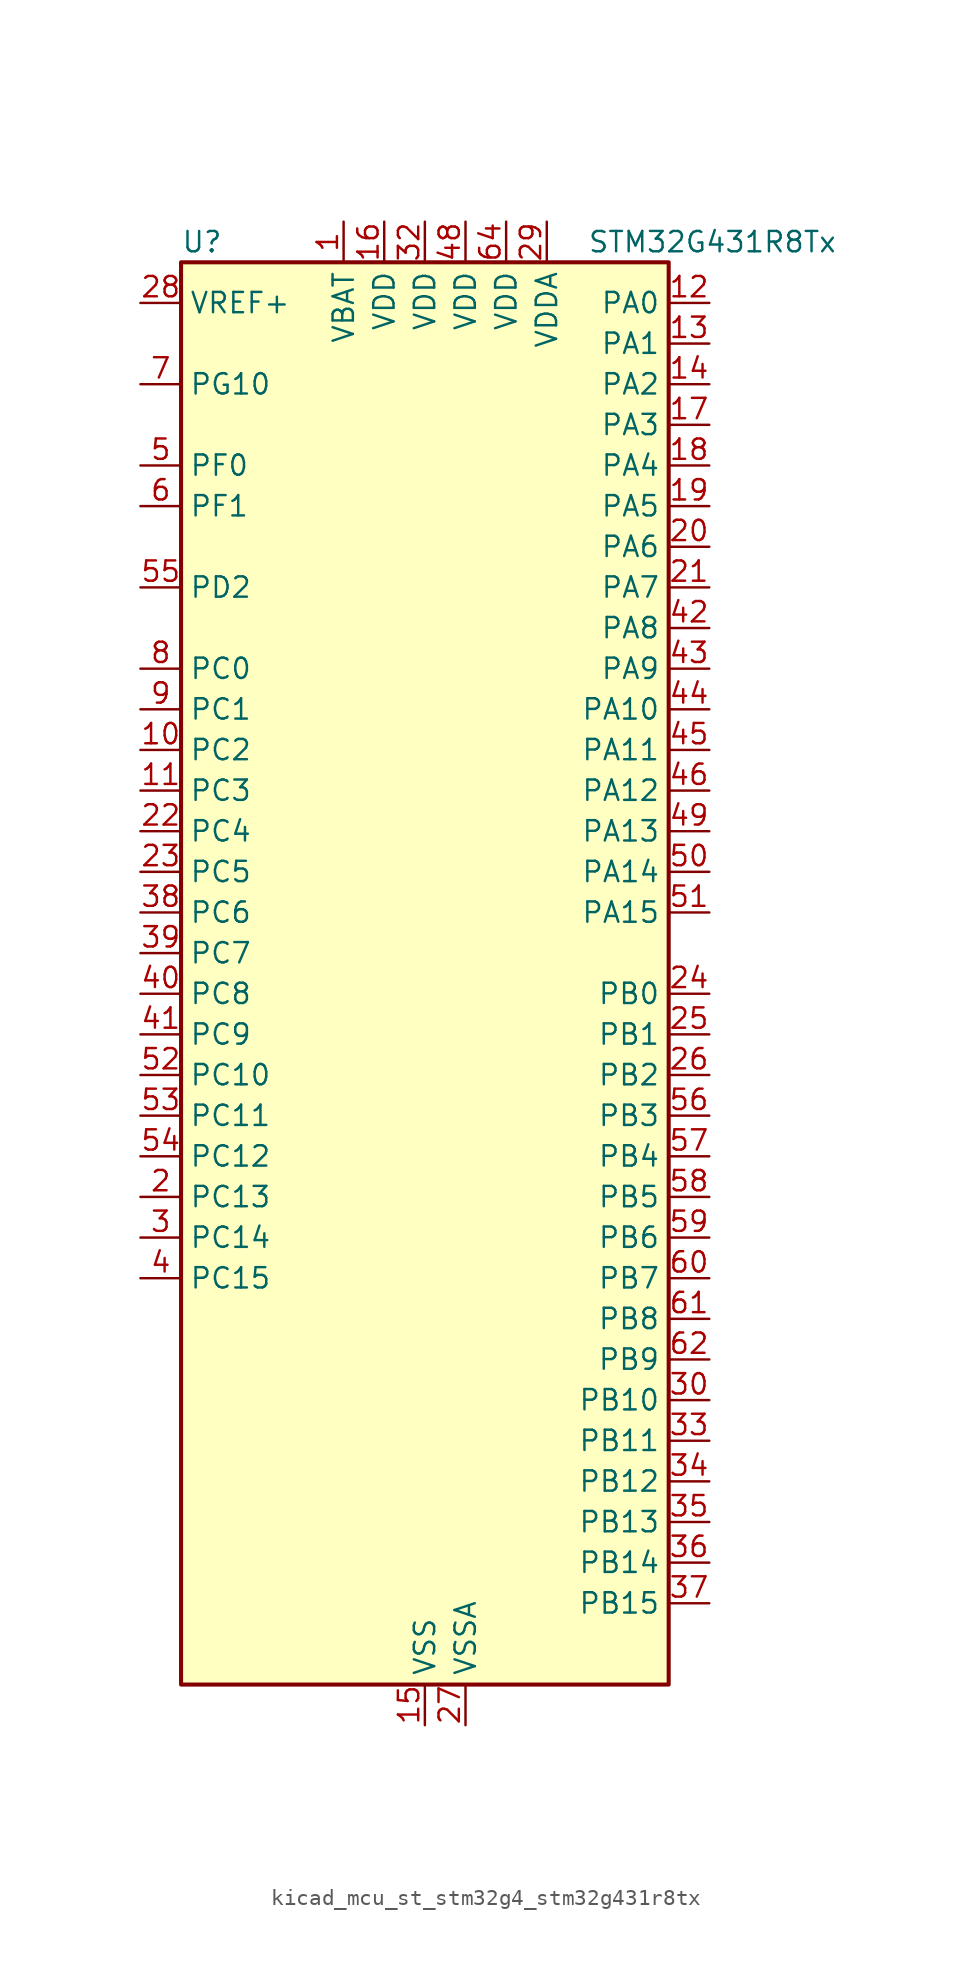
<source format=kicad_sym>
(kicad_symbol_lib
  (version 20220914)
  (generator kicad_symbol_editor)
  (symbol "kicad_mcu_st_stm32g4_stm32g431r8tx"
    (property "Reference" "U"
      (at -15.24 46.99 0)
      (effects (font (size 1.27 1.27)) (justify left)))
    (property "Value" "STM32G431R8Tx"
      (at 10.16 46.99 0)
      (effects (font (size 1.27 1.27)) (justify left)))
    (property "ki_locked" ""
      (at 0 0 0)
      (effects (font (size 1.27 1.27))))
    (symbol "kicad_mcu_st_stm32g4_stm32g431r8tx_0_1"
      (rectangle (start -15.24 -43.18) (end 15.24 45.72) (stroke (width 0.254) (type default)) (fill (type background))))
    (symbol "kicad_mcu_st_stm32g4_stm32g431r8tx_1_1"
      (pin power_in line (at -5.08 48.26 270) (length 2.54) (name "VBAT" (effects (font (size 1.27 1.27)))) (number "1" (effects (font (size 1.27 1.27)))))
      (pin bidirectional line (at -17.78 15.24 0) (length 2.54) (name "PC2" (effects (font (size 1.27 1.27)))) (number "10" (effects (font (size 1.27 1.27)))) (alternate "ADC1_IN8" bidirectional line) (alternate "ADC2_IN8" bidirectional line) (alternate "COMP3_OUT" bidirectional line) (alternate "LPTIM1_IN2" bidirectional line) (alternate "TIM1_CH3" bidirectional line))
      (pin bidirectional line (at -17.78 12.7 0) (length 2.54) (name "PC3" (effects (font (size 1.27 1.27)))) (number "11" (effects (font (size 1.27 1.27)))) (alternate "ADC1_IN9" bidirectional line) (alternate "ADC2_IN9" bidirectional line) (alternate "LPTIM1_ETR" bidirectional line) (alternate "SAI1_D1" bidirectional line) (alternate "SAI1_SD_A" bidirectional line) (alternate "TIM1_BKIN2" bidirectional line) (alternate "TIM1_CH4" bidirectional line))
      (pin bidirectional line (at 17.78 43.18 180) (length 2.54) (name "PA0" (effects (font (size 1.27 1.27)))) (number "12" (effects (font (size 1.27 1.27)))) (alternate "ADC1_IN1" bidirectional line) (alternate "ADC2_IN1" bidirectional line) (alternate "COMP1_INM" bidirectional line) (alternate "COMP1_OUT" bidirectional line) (alternate "COMP3_INP" bidirectional line) (alternate "RTC_TAMP2" bidirectional line) (alternate "SYS_WKUP1" bidirectional line) (alternate "TIM2_CH1" bidirectional line) (alternate "TIM2_ETR" bidirectional line) (alternate "TIM8_BKIN" bidirectional line) (alternate "TIM8_ETR" bidirectional line) (alternate "USART2_CTS" bidirectional line) (alternate "USART2_NSS" bidirectional line))
      (pin bidirectional line (at 17.78 40.64 180) (length 2.54) (name "PA1" (effects (font (size 1.27 1.27)))) (number "13" (effects (font (size 1.27 1.27)))) (alternate "ADC1_IN2" bidirectional line) (alternate "ADC2_IN2" bidirectional line) (alternate "COMP1_INP" bidirectional line) (alternate "OPAMP1_VINP" bidirectional line) (alternate "OPAMP1_VINP_SEC" bidirectional line) (alternate "OPAMP3_VINP" bidirectional line) (alternate "OPAMP3_VINP_SEC" bidirectional line) (alternate "RTC_REFIN" bidirectional line) (alternate "TIM15_CH1N" bidirectional line) (alternate "TIM2_CH2" bidirectional line) (alternate "USART2_DE" bidirectional line) (alternate "USART2_RTS" bidirectional line))
      (pin bidirectional line (at 17.78 38.1 180) (length 2.54) (name "PA2" (effects (font (size 1.27 1.27)))) (number "14" (effects (font (size 1.27 1.27)))) (alternate "ADC1_IN3" bidirectional line) (alternate "COMP2_INM" bidirectional line) (alternate "COMP2_OUT" bidirectional line) (alternate "LPUART1_TX" bidirectional line) (alternate "OPAMP1_VOUT" bidirectional line) (alternate "RCC_LSCO" bidirectional line) (alternate "SYS_WKUP4" bidirectional line) (alternate "TIM15_CH1" bidirectional line) (alternate "TIM2_CH3" bidirectional line) (alternate "UCPD1_FRSTX1" bidirectional line) (alternate "UCPD1_FRSTX2" bidirectional line) (alternate "USART2_TX" bidirectional line))
      (pin power_in line (at 0 -45.72 90) (length 2.54) (name "VSS" (effects (font (size 1.27 1.27)))) (number "15" (effects (font (size 1.27 1.27)))))
      (pin power_in line (at -2.54 48.26 270) (length 2.54) (name "VDD" (effects (font (size 1.27 1.27)))) (number "16" (effects (font (size 1.27 1.27)))))
      (pin bidirectional line (at 17.78 35.56 180) (length 2.54) (name "PA3" (effects (font (size 1.27 1.27)))) (number "17" (effects (font (size 1.27 1.27)))) (alternate "ADC1_IN4" bidirectional line) (alternate "COMP2_INP" bidirectional line) (alternate "LPUART1_RX" bidirectional line) (alternate "OPAMP1_VINM" bidirectional line) (alternate "OPAMP1_VINM0" bidirectional line) (alternate "OPAMP1_VINM_SEC" bidirectional line) (alternate "OPAMP1_VINP" bidirectional line) (alternate "OPAMP1_VINP_SEC" bidirectional line) (alternate "SAI1_CK1" bidirectional line) (alternate "SAI1_MCLK_A" bidirectional line) (alternate "TIM15_CH2" bidirectional line) (alternate "TIM2_CH4" bidirectional line) (alternate "USART2_RX" bidirectional line))
      (pin bidirectional line (at 17.78 33.02 180) (length 2.54) (name "PA4" (effects (font (size 1.27 1.27)))) (number "18" (effects (font (size 1.27 1.27)))) (alternate "ADC2_IN17" bidirectional line) (alternate "COMP1_INM" bidirectional line) (alternate "DAC1_OUT1" bidirectional line) (alternate "I2S3_WS" bidirectional line) (alternate "SAI1_FS_B" bidirectional line) (alternate "SPI1_NSS" bidirectional line) (alternate "SPI3_NSS" bidirectional line) (alternate "TIM3_CH2" bidirectional line) (alternate "USART2_CK" bidirectional line))
      (pin bidirectional line (at 17.78 30.48 180) (length 2.54) (name "PA5" (effects (font (size 1.27 1.27)))) (number "19" (effects (font (size 1.27 1.27)))) (alternate "ADC2_IN13" bidirectional line) (alternate "COMP2_INM" bidirectional line) (alternate "DAC1_OUT2" bidirectional line) (alternate "OPAMP2_VINM" bidirectional line) (alternate "OPAMP2_VINM0" bidirectional line) (alternate "OPAMP2_VINM_SEC" bidirectional line) (alternate "SPI1_SCK" bidirectional line) (alternate "TIM2_CH1" bidirectional line) (alternate "TIM2_ETR" bidirectional line) (alternate "UCPD1_FRSTX1" bidirectional line) (alternate "UCPD1_FRSTX2" bidirectional line))
      (pin bidirectional line (at -17.78 -12.7 0) (length 2.54) (name "PC13" (effects (font (size 1.27 1.27)))) (number "2" (effects (font (size 1.27 1.27)))) (alternate "RTC_OUT1" bidirectional line) (alternate "RTC_TAMP1" bidirectional line) (alternate "RTC_TS" bidirectional line) (alternate "SYS_WKUP2" bidirectional line) (alternate "TIM1_BKIN" bidirectional line) (alternate "TIM1_CH1N" bidirectional line) (alternate "TIM8_CH4N" bidirectional line))
      (pin bidirectional line (at 17.78 27.94 180) (length 2.54) (name "PA6" (effects (font (size 1.27 1.27)))) (number "20" (effects (font (size 1.27 1.27)))) (alternate "ADC2_IN3" bidirectional line) (alternate "COMP1_OUT" bidirectional line) (alternate "LPUART1_CTS" bidirectional line) (alternate "OPAMP2_VOUT" bidirectional line) (alternate "SPI1_MISO" bidirectional line) (alternate "TIM16_CH1" bidirectional line) (alternate "TIM1_BKIN" bidirectional line) (alternate "TIM3_CH1" bidirectional line) (alternate "TIM8_BKIN" bidirectional line))
      (pin bidirectional line (at 17.78 25.4 180) (length 2.54) (name "PA7" (effects (font (size 1.27 1.27)))) (number "21" (effects (font (size 1.27 1.27)))) (alternate "ADC2_IN4" bidirectional line) (alternate "COMP2_INP" bidirectional line) (alternate "COMP2_OUT" bidirectional line) (alternate "OPAMP1_VINP" bidirectional line) (alternate "OPAMP1_VINP_SEC" bidirectional line) (alternate "OPAMP2_VINP" bidirectional line) (alternate "OPAMP2_VINP_SEC" bidirectional line) (alternate "SPI1_MOSI" bidirectional line) (alternate "TIM17_CH1" bidirectional line) (alternate "TIM1_CH1N" bidirectional line) (alternate "TIM3_CH2" bidirectional line) (alternate "TIM8_CH1N" bidirectional line) (alternate "UCPD1_FRSTX1" bidirectional line) (alternate "UCPD1_FRSTX2" bidirectional line))
      (pin bidirectional line (at -17.78 10.16 0) (length 2.54) (name "PC4" (effects (font (size 1.27 1.27)))) (number "22" (effects (font (size 1.27 1.27)))) (alternate "ADC2_IN5" bidirectional line) (alternate "I2C2_SCL" bidirectional line) (alternate "TIM1_ETR" bidirectional line) (alternate "USART1_TX" bidirectional line))
      (pin bidirectional line (at -17.78 7.62 0) (length 2.54) (name "PC5" (effects (font (size 1.27 1.27)))) (number "23" (effects (font (size 1.27 1.27)))) (alternate "ADC2_IN11" bidirectional line) (alternate "OPAMP1_VINM" bidirectional line) (alternate "OPAMP1_VINM1" bidirectional line) (alternate "OPAMP1_VINM_SEC" bidirectional line) (alternate "OPAMP2_VINM" bidirectional line) (alternate "OPAMP2_VINM1" bidirectional line) (alternate "OPAMP2_VINM_SEC" bidirectional line) (alternate "SAI1_D3" bidirectional line) (alternate "SYS_WKUP5" bidirectional line) (alternate "TIM15_BKIN" bidirectional line) (alternate "TIM1_CH4N" bidirectional line) (alternate "USART1_RX" bidirectional line))
      (pin bidirectional line (at 17.78 0 180) (length 2.54) (name "PB0" (effects (font (size 1.27 1.27)))) (number "24" (effects (font (size 1.27 1.27)))) (alternate "ADC1_IN15" bidirectional line) (alternate "COMP4_INP" bidirectional line) (alternate "OPAMP2_VINP" bidirectional line) (alternate "OPAMP2_VINP_SEC" bidirectional line) (alternate "OPAMP3_VINP" bidirectional line) (alternate "OPAMP3_VINP_SEC" bidirectional line) (alternate "TIM1_CH2N" bidirectional line) (alternate "TIM3_CH3" bidirectional line) (alternate "TIM8_CH2N" bidirectional line) (alternate "UCPD1_FRSTX1" bidirectional line) (alternate "UCPD1_FRSTX2" bidirectional line))
      (pin bidirectional line (at 17.78 -2.54 180) (length 2.54) (name "PB1" (effects (font (size 1.27 1.27)))) (number "25" (effects (font (size 1.27 1.27)))) (alternate "ADC1_IN12" bidirectional line) (alternate "COMP1_INP" bidirectional line) (alternate "COMP4_OUT" bidirectional line) (alternate "LPUART1_DE" bidirectional line) (alternate "LPUART1_RTS" bidirectional line) (alternate "OPAMP3_VOUT" bidirectional line) (alternate "TIM1_CH3N" bidirectional line) (alternate "TIM3_CH4" bidirectional line) (alternate "TIM8_CH3N" bidirectional line))
      (pin bidirectional line (at 17.78 -5.08 180) (length 2.54) (name "PB2" (effects (font (size 1.27 1.27)))) (number "26" (effects (font (size 1.27 1.27)))) (alternate "ADC2_IN12" bidirectional line) (alternate "COMP4_INM" bidirectional line) (alternate "I2C3_SMBA" bidirectional line) (alternate "LPTIM1_OUT" bidirectional line) (alternate "OPAMP3_VINM" bidirectional line) (alternate "OPAMP3_VINM0" bidirectional line) (alternate "OPAMP3_VINM_SEC" bidirectional line) (alternate "RTC_OUT2" bidirectional line))
      (pin power_in line (at 2.54 -45.72 90) (length 2.54) (name "VSSA" (effects (font (size 1.27 1.27)))) (number "27" (effects (font (size 1.27 1.27)))))
      (pin input line (at -17.78 43.18 0) (length 2.54) (name "VREF+" (effects (font (size 1.27 1.27)))) (number "28" (effects (font (size 1.27 1.27)))) (alternate "VREFBUF_OUT" bidirectional line))
      (pin power_in line (at 7.62 48.26 270) (length 2.54) (name "VDDA" (effects (font (size 1.27 1.27)))) (number "29" (effects (font (size 1.27 1.27)))))
      (pin bidirectional line (at -17.78 -15.24 0) (length 2.54) (name "PC14" (effects (font (size 1.27 1.27)))) (number "3" (effects (font (size 1.27 1.27)))) (alternate "RCC_OSC32_IN" bidirectional line))
      (pin bidirectional line (at 17.78 -25.4 180) (length 2.54) (name "PB10" (effects (font (size 1.27 1.27)))) (number "30" (effects (font (size 1.27 1.27)))) (alternate "DAC1_EXTI10" bidirectional line) (alternate "DAC3_EXTI10" bidirectional line) (alternate "LPUART1_RX" bidirectional line) (alternate "OPAMP3_VINM" bidirectional line) (alternate "OPAMP3_VINM1" bidirectional line) (alternate "OPAMP3_VINM_SEC" bidirectional line) (alternate "SAI1_SCK_A" bidirectional line) (alternate "TIM1_BKIN" bidirectional line) (alternate "TIM2_CH3" bidirectional line) (alternate "USART3_TX" bidirectional line))
      (pin passive line (at 0 -45.72 90) (length 2.54) hide (name "VSS" (effects (font (size 1.27 1.27)))) (number "31" (effects (font (size 1.27 1.27)))))
      (pin power_in line (at 0 48.26 270) (length 2.54) (name "VDD" (effects (font (size 1.27 1.27)))) (number "32" (effects (font (size 1.27 1.27)))))
      (pin bidirectional line (at 17.78 -27.94 180) (length 2.54) (name "PB11" (effects (font (size 1.27 1.27)))) (number "33" (effects (font (size 1.27 1.27)))) (alternate "ADC1_EXTI11" bidirectional line) (alternate "ADC1_IN14" bidirectional line) (alternate "ADC2_EXTI11" bidirectional line) (alternate "ADC2_IN14" bidirectional line) (alternate "LPUART1_TX" bidirectional line) (alternate "TIM2_CH4" bidirectional line) (alternate "USART3_RX" bidirectional line))
      (pin bidirectional line (at 17.78 -30.48 180) (length 2.54) (name "PB12" (effects (font (size 1.27 1.27)))) (number "34" (effects (font (size 1.27 1.27)))) (alternate "ADC1_IN11" bidirectional line) (alternate "I2C2_SMBA" bidirectional line) (alternate "I2S2_WS" bidirectional line) (alternate "LPUART1_DE" bidirectional line) (alternate "LPUART1_RTS" bidirectional line) (alternate "SPI2_NSS" bidirectional line) (alternate "TIM1_BKIN" bidirectional line) (alternate "USART3_CK" bidirectional line))
      (pin bidirectional line (at 17.78 -33.02 180) (length 2.54) (name "PB13" (effects (font (size 1.27 1.27)))) (number "35" (effects (font (size 1.27 1.27)))) (alternate "I2S2_CK" bidirectional line) (alternate "LPUART1_CTS" bidirectional line) (alternate "OPAMP3_VINP" bidirectional line) (alternate "OPAMP3_VINP_SEC" bidirectional line) (alternate "SPI2_SCK" bidirectional line) (alternate "TIM1_CH1N" bidirectional line) (alternate "USART3_CTS" bidirectional line) (alternate "USART3_NSS" bidirectional line))
      (pin bidirectional line (at 17.78 -35.56 180) (length 2.54) (name "PB14" (effects (font (size 1.27 1.27)))) (number "36" (effects (font (size 1.27 1.27)))) (alternate "ADC1_IN5" bidirectional line) (alternate "COMP4_OUT" bidirectional line) (alternate "OPAMP2_VINP" bidirectional line) (alternate "OPAMP2_VINP_SEC" bidirectional line) (alternate "SPI2_MISO" bidirectional line) (alternate "TIM15_CH1" bidirectional line) (alternate "TIM1_CH2N" bidirectional line) (alternate "USART3_DE" bidirectional line) (alternate "USART3_RTS" bidirectional line))
      (pin bidirectional line (at 17.78 -38.1 180) (length 2.54) (name "PB15" (effects (font (size 1.27 1.27)))) (number "37" (effects (font (size 1.27 1.27)))) (alternate "ADC1_EXTI15" bidirectional line) (alternate "ADC2_EXTI15" bidirectional line) (alternate "ADC2_IN15" bidirectional line) (alternate "COMP3_OUT" bidirectional line) (alternate "I2S2_SD" bidirectional line) (alternate "RTC_REFIN" bidirectional line) (alternate "SPI2_MOSI" bidirectional line) (alternate "TIM15_CH1N" bidirectional line) (alternate "TIM15_CH2" bidirectional line) (alternate "TIM1_CH3N" bidirectional line))
      (pin bidirectional line (at -17.78 5.08 0) (length 2.54) (name "PC6" (effects (font (size 1.27 1.27)))) (number "38" (effects (font (size 1.27 1.27)))) (alternate "I2S2_MCK" bidirectional line) (alternate "TIM3_CH1" bidirectional line) (alternate "TIM8_CH1" bidirectional line))
      (pin bidirectional line (at -17.78 2.54 0) (length 2.54) (name "PC7" (effects (font (size 1.27 1.27)))) (number "39" (effects (font (size 1.27 1.27)))) (alternate "I2S3_MCK" bidirectional line) (alternate "TIM3_CH2" bidirectional line) (alternate "TIM8_CH2" bidirectional line))
      (pin bidirectional line (at -17.78 -17.78 0) (length 2.54) (name "PC15" (effects (font (size 1.27 1.27)))) (number "4" (effects (font (size 1.27 1.27)))) (alternate "ADC1_EXTI15" bidirectional line) (alternate "ADC2_EXTI15" bidirectional line) (alternate "RCC_OSC32_OUT" bidirectional line))
      (pin bidirectional line (at -17.78 0 0) (length 2.54) (name "PC8" (effects (font (size 1.27 1.27)))) (number "40" (effects (font (size 1.27 1.27)))) (alternate "I2C3_SCL" bidirectional line) (alternate "TIM3_CH3" bidirectional line) (alternate "TIM8_CH3" bidirectional line))
      (pin bidirectional line (at -17.78 -2.54 0) (length 2.54) (name "PC9" (effects (font (size 1.27 1.27)))) (number "41" (effects (font (size 1.27 1.27)))) (alternate "DAC1_EXTI9" bidirectional line) (alternate "DAC3_EXTI9" bidirectional line) (alternate "I2C3_SDA" bidirectional line) (alternate "I2S_CKIN" bidirectional line) (alternate "TIM3_CH4" bidirectional line) (alternate "TIM8_BKIN2" bidirectional line) (alternate "TIM8_CH4" bidirectional line))
      (pin bidirectional line (at 17.78 22.86 180) (length 2.54) (name "PA8" (effects (font (size 1.27 1.27)))) (number "42" (effects (font (size 1.27 1.27)))) (alternate "I2C2_SDA" bidirectional line) (alternate "I2C3_SCL" bidirectional line) (alternate "I2S2_MCK" bidirectional line) (alternate "RCC_MCO" bidirectional line) (alternate "SAI1_CK2" bidirectional line) (alternate "SAI1_SCK_A" bidirectional line) (alternate "TIM1_CH1" bidirectional line) (alternate "TIM4_ETR" bidirectional line) (alternate "USART1_CK" bidirectional line))
      (pin bidirectional line (at 17.78 20.32 180) (length 2.54) (name "PA9" (effects (font (size 1.27 1.27)))) (number "43" (effects (font (size 1.27 1.27)))) (alternate "DAC1_EXTI9" bidirectional line) (alternate "DAC3_EXTI9" bidirectional line) (alternate "I2C2_SCL" bidirectional line) (alternate "I2C3_SMBA" bidirectional line) (alternate "I2S3_MCK" bidirectional line) (alternate "SAI1_FS_A" bidirectional line) (alternate "TIM15_BKIN" bidirectional line) (alternate "TIM1_CH2" bidirectional line) (alternate "TIM2_CH3" bidirectional line) (alternate "UCPD1_DBCC1" bidirectional line) (alternate "USART1_TX" bidirectional line))
      (pin bidirectional line (at 17.78 17.78 180) (length 2.54) (name "PA10" (effects (font (size 1.27 1.27)))) (number "44" (effects (font (size 1.27 1.27)))) (alternate "CRS_SYNC" bidirectional line) (alternate "DAC1_EXTI10" bidirectional line) (alternate "DAC3_EXTI10" bidirectional line) (alternate "I2C2_SMBA" bidirectional line) (alternate "SAI1_D1" bidirectional line) (alternate "SAI1_SD_A" bidirectional line) (alternate "SPI2_MISO" bidirectional line) (alternate "TIM17_BKIN" bidirectional line) (alternate "TIM1_CH3" bidirectional line) (alternate "TIM2_CH4" bidirectional line) (alternate "TIM8_BKIN" bidirectional line) (alternate "UCPD1_DBCC2" bidirectional line) (alternate "USART1_RX" bidirectional line))
      (pin bidirectional line (at 17.78 15.24 180) (length 2.54) (name "PA11" (effects (font (size 1.27 1.27)))) (number "45" (effects (font (size 1.27 1.27)))) (alternate "ADC1_EXTI11" bidirectional line) (alternate "ADC2_EXTI11" bidirectional line) (alternate "COMP1_OUT" bidirectional line) (alternate "FDCAN1_RX" bidirectional line) (alternate "I2S2_SD" bidirectional line) (alternate "SPI2_MOSI" bidirectional line) (alternate "TIM1_BKIN2" bidirectional line) (alternate "TIM1_CH1N" bidirectional line) (alternate "TIM1_CH4" bidirectional line) (alternate "TIM4_CH1" bidirectional line) (alternate "USART1_CTS" bidirectional line) (alternate "USART1_NSS" bidirectional line) (alternate "USB_DM" bidirectional line))
      (pin bidirectional line (at 17.78 12.7 180) (length 2.54) (name "PA12" (effects (font (size 1.27 1.27)))) (number "46" (effects (font (size 1.27 1.27)))) (alternate "COMP2_OUT" bidirectional line) (alternate "FDCAN1_TX" bidirectional line) (alternate "I2S_CKIN" bidirectional line) (alternate "TIM16_CH1" bidirectional line) (alternate "TIM1_CH2N" bidirectional line) (alternate "TIM1_ETR" bidirectional line) (alternate "TIM4_CH2" bidirectional line) (alternate "USART1_DE" bidirectional line) (alternate "USART1_RTS" bidirectional line) (alternate "USB_DP" bidirectional line))
      (pin passive line (at 0 -45.72 90) (length 2.54) hide (name "VSS" (effects (font (size 1.27 1.27)))) (number "47" (effects (font (size 1.27 1.27)))))
      (pin power_in line (at 2.54 48.26 270) (length 2.54) (name "VDD" (effects (font (size 1.27 1.27)))) (number "48" (effects (font (size 1.27 1.27)))))
      (pin bidirectional line (at 17.78 10.16 180) (length 2.54) (name "PA13" (effects (font (size 1.27 1.27)))) (number "49" (effects (font (size 1.27 1.27)))) (alternate "I2C1_SCL" bidirectional line) (alternate "IR_OUT" bidirectional line) (alternate "SAI1_SD_B" bidirectional line) (alternate "SYS_JTMS-SWDIO" bidirectional line) (alternate "TIM16_CH1N" bidirectional line) (alternate "TIM4_CH3" bidirectional line) (alternate "USART3_CTS" bidirectional line) (alternate "USART3_NSS" bidirectional line))
      (pin bidirectional line (at -17.78 33.02 0) (length 2.54) (name "PF0" (effects (font (size 1.27 1.27)))) (number "5" (effects (font (size 1.27 1.27)))) (alternate "ADC1_IN10" bidirectional line) (alternate "I2C2_SDA" bidirectional line) (alternate "I2S2_WS" bidirectional line) (alternate "RCC_OSC_IN" bidirectional line) (alternate "SPI2_NSS" bidirectional line) (alternate "TIM1_CH3N" bidirectional line))
      (pin bidirectional line (at 17.78 7.62 180) (length 2.54) (name "PA14" (effects (font (size 1.27 1.27)))) (number "50" (effects (font (size 1.27 1.27)))) (alternate "I2C1_SDA" bidirectional line) (alternate "LPTIM1_OUT" bidirectional line) (alternate "SAI1_FS_B" bidirectional line) (alternate "SYS_JTCK-SWCLK" bidirectional line) (alternate "TIM1_BKIN" bidirectional line) (alternate "TIM8_CH2" bidirectional line) (alternate "USART2_TX" bidirectional line))
      (pin bidirectional line (at 17.78 5.08 180) (length 2.54) (name "PA15" (effects (font (size 1.27 1.27)))) (number "51" (effects (font (size 1.27 1.27)))) (alternate "ADC1_EXTI15" bidirectional line) (alternate "ADC2_EXTI15" bidirectional line) (alternate "I2C1_SCL" bidirectional line) (alternate "I2S3_WS" bidirectional line) (alternate "SPI1_NSS" bidirectional line) (alternate "SPI3_NSS" bidirectional line) (alternate "SYS_JTDI" bidirectional line) (alternate "TIM1_BKIN" bidirectional line) (alternate "TIM2_CH1" bidirectional line) (alternate "TIM2_ETR" bidirectional line) (alternate "TIM8_CH1" bidirectional line) (alternate "UART4_DE" bidirectional line) (alternate "UART4_RTS" bidirectional line) (alternate "USART2_RX" bidirectional line))
      (pin bidirectional line (at -17.78 -5.08 0) (length 2.54) (name "PC10" (effects (font (size 1.27 1.27)))) (number "52" (effects (font (size 1.27 1.27)))) (alternate "DAC1_EXTI10" bidirectional line) (alternate "DAC3_EXTI10" bidirectional line) (alternate "I2S3_CK" bidirectional line) (alternate "SPI3_SCK" bidirectional line) (alternate "TIM8_CH1N" bidirectional line) (alternate "UART4_TX" bidirectional line) (alternate "USART3_TX" bidirectional line))
      (pin bidirectional line (at -17.78 -7.62 0) (length 2.54) (name "PC11" (effects (font (size 1.27 1.27)))) (number "53" (effects (font (size 1.27 1.27)))) (alternate "ADC1_EXTI11" bidirectional line) (alternate "ADC2_EXTI11" bidirectional line) (alternate "I2C3_SDA" bidirectional line) (alternate "SPI3_MISO" bidirectional line) (alternate "TIM8_CH2N" bidirectional line) (alternate "UART4_RX" bidirectional line) (alternate "USART3_RX" bidirectional line))
      (pin bidirectional line (at -17.78 -10.16 0) (length 2.54) (name "PC12" (effects (font (size 1.27 1.27)))) (number "54" (effects (font (size 1.27 1.27)))) (alternate "I2S3_SD" bidirectional line) (alternate "SPI3_MOSI" bidirectional line) (alternate "TIM8_CH3N" bidirectional line) (alternate "UCPD1_FRSTX1" bidirectional line) (alternate "UCPD1_FRSTX2" bidirectional line) (alternate "USART3_CK" bidirectional line))
      (pin bidirectional line (at -17.78 25.4 0) (length 2.54) (name "PD2" (effects (font (size 1.27 1.27)))) (number "55" (effects (font (size 1.27 1.27)))) (alternate "TIM3_ETR" bidirectional line) (alternate "TIM8_BKIN" bidirectional line))
      (pin bidirectional line (at 17.78 -7.62 180) (length 2.54) (name "PB3" (effects (font (size 1.27 1.27)))) (number "56" (effects (font (size 1.27 1.27)))) (alternate "CRS_SYNC" bidirectional line) (alternate "I2S3_CK" bidirectional line) (alternate "SAI1_SCK_B" bidirectional line) (alternate "SPI1_SCK" bidirectional line) (alternate "SPI3_SCK" bidirectional line) (alternate "SYS_JTDO-SWO" bidirectional line) (alternate "TIM2_CH2" bidirectional line) (alternate "TIM3_ETR" bidirectional line) (alternate "TIM4_ETR" bidirectional line) (alternate "TIM8_CH1N" bidirectional line) (alternate "USART2_TX" bidirectional line))
      (pin bidirectional line (at 17.78 -10.16 180) (length 2.54) (name "PB4" (effects (font (size 1.27 1.27)))) (number "57" (effects (font (size 1.27 1.27)))) (alternate "SAI1_MCLK_B" bidirectional line) (alternate "SPI1_MISO" bidirectional line) (alternate "SPI3_MISO" bidirectional line) (alternate "SYS_JTRST" bidirectional line) (alternate "TIM16_CH1" bidirectional line) (alternate "TIM17_BKIN" bidirectional line) (alternate "TIM3_CH1" bidirectional line) (alternate "TIM8_CH2N" bidirectional line) (alternate "UCPD1_CC2" bidirectional line) (alternate "USART2_RX" bidirectional line))
      (pin bidirectional line (at 17.78 -12.7 180) (length 2.54) (name "PB5" (effects (font (size 1.27 1.27)))) (number "58" (effects (font (size 1.27 1.27)))) (alternate "I2C1_SMBA" bidirectional line) (alternate "I2C3_SDA" bidirectional line) (alternate "I2S3_SD" bidirectional line) (alternate "LPTIM1_IN1" bidirectional line) (alternate "SAI1_SD_B" bidirectional line) (alternate "SPI1_MOSI" bidirectional line) (alternate "SPI3_MOSI" bidirectional line) (alternate "TIM16_BKIN" bidirectional line) (alternate "TIM17_CH1" bidirectional line) (alternate "TIM3_CH2" bidirectional line) (alternate "TIM8_CH3N" bidirectional line) (alternate "USART2_CK" bidirectional line))
      (pin bidirectional line (at 17.78 -15.24 180) (length 2.54) (name "PB6" (effects (font (size 1.27 1.27)))) (number "59" (effects (font (size 1.27 1.27)))) (alternate "COMP4_OUT" bidirectional line) (alternate "LPTIM1_ETR" bidirectional line) (alternate "SAI1_FS_B" bidirectional line) (alternate "TIM16_CH1N" bidirectional line) (alternate "TIM4_CH1" bidirectional line) (alternate "TIM8_BKIN2" bidirectional line) (alternate "TIM8_CH1" bidirectional line) (alternate "TIM8_ETR" bidirectional line) (alternate "UCPD1_CC1" bidirectional line) (alternate "USART1_TX" bidirectional line))
      (pin bidirectional line (at -17.78 30.48 0) (length 2.54) (name "PF1" (effects (font (size 1.27 1.27)))) (number "6" (effects (font (size 1.27 1.27)))) (alternate "ADC2_IN10" bidirectional line) (alternate "COMP3_INM" bidirectional line) (alternate "I2S2_CK" bidirectional line) (alternate "RCC_OSC_OUT" bidirectional line) (alternate "SPI2_SCK" bidirectional line))
      (pin bidirectional line (at 17.78 -17.78 180) (length 2.54) (name "PB7" (effects (font (size 1.27 1.27)))) (number "60" (effects (font (size 1.27 1.27)))) (alternate "COMP3_OUT" bidirectional line) (alternate "I2C1_SDA" bidirectional line) (alternate "LPTIM1_IN2" bidirectional line) (alternate "SYS_PVD_IN" bidirectional line) (alternate "TIM17_CH1N" bidirectional line) (alternate "TIM3_CH4" bidirectional line) (alternate "TIM4_CH2" bidirectional line) (alternate "TIM8_BKIN" bidirectional line) (alternate "UART4_CTS" bidirectional line) (alternate "USART1_RX" bidirectional line))
      (pin bidirectional line (at 17.78 -20.32 180) (length 2.54) (name "PB8" (effects (font (size 1.27 1.27)))) (number "61" (effects (font (size 1.27 1.27)))) (alternate "COMP1_OUT" bidirectional line) (alternate "FDCAN1_RX" bidirectional line) (alternate "I2C1_SCL" bidirectional line) (alternate "SAI1_CK1" bidirectional line) (alternate "SAI1_MCLK_A" bidirectional line) (alternate "TIM16_CH1" bidirectional line) (alternate "TIM1_BKIN" bidirectional line) (alternate "TIM4_CH3" bidirectional line) (alternate "TIM8_CH2" bidirectional line) (alternate "USART3_RX" bidirectional line))
      (pin bidirectional line (at 17.78 -22.86 180) (length 2.54) (name "PB9" (effects (font (size 1.27 1.27)))) (number "62" (effects (font (size 1.27 1.27)))) (alternate "COMP2_OUT" bidirectional line) (alternate "DAC1_EXTI9" bidirectional line) (alternate "DAC3_EXTI9" bidirectional line) (alternate "FDCAN1_TX" bidirectional line) (alternate "I2C1_SDA" bidirectional line) (alternate "IR_OUT" bidirectional line) (alternate "SAI1_D2" bidirectional line) (alternate "SAI1_FS_A" bidirectional line) (alternate "TIM17_CH1" bidirectional line) (alternate "TIM1_CH3N" bidirectional line) (alternate "TIM4_CH4" bidirectional line) (alternate "TIM8_CH3" bidirectional line) (alternate "USART3_TX" bidirectional line))
      (pin passive line (at 0 -45.72 90) (length 2.54) hide (name "VSS" (effects (font (size 1.27 1.27)))) (number "63" (effects (font (size 1.27 1.27)))))
      (pin power_in line (at 5.08 48.26 270) (length 2.54) (name "VDD" (effects (font (size 1.27 1.27)))) (number "64" (effects (font (size 1.27 1.27)))))
      (pin bidirectional line (at -17.78 38.1 0) (length 2.54) (name "PG10" (effects (font (size 1.27 1.27)))) (number "7" (effects (font (size 1.27 1.27)))) (alternate "DAC1_EXTI10" bidirectional line) (alternate "DAC3_EXTI10" bidirectional line) (alternate "RCC_MCO" bidirectional line))
      (pin bidirectional line (at -17.78 20.32 0) (length 2.54) (name "PC0" (effects (font (size 1.27 1.27)))) (number "8" (effects (font (size 1.27 1.27)))) (alternate "ADC1_IN6" bidirectional line) (alternate "ADC2_IN6" bidirectional line) (alternate "COMP3_INM" bidirectional line) (alternate "LPTIM1_IN1" bidirectional line) (alternate "LPUART1_RX" bidirectional line) (alternate "TIM1_CH1" bidirectional line))
      (pin bidirectional line (at -17.78 17.78 0) (length 2.54) (name "PC1" (effects (font (size 1.27 1.27)))) (number "9" (effects (font (size 1.27 1.27)))) (alternate "ADC1_IN7" bidirectional line) (alternate "ADC2_IN7" bidirectional line) (alternate "COMP3_INP" bidirectional line) (alternate "LPTIM1_OUT" bidirectional line) (alternate "LPUART1_TX" bidirectional line) (alternate "SAI1_SD_A" bidirectional line) (alternate "TIM1_CH2" bidirectional line)))))
</source>
